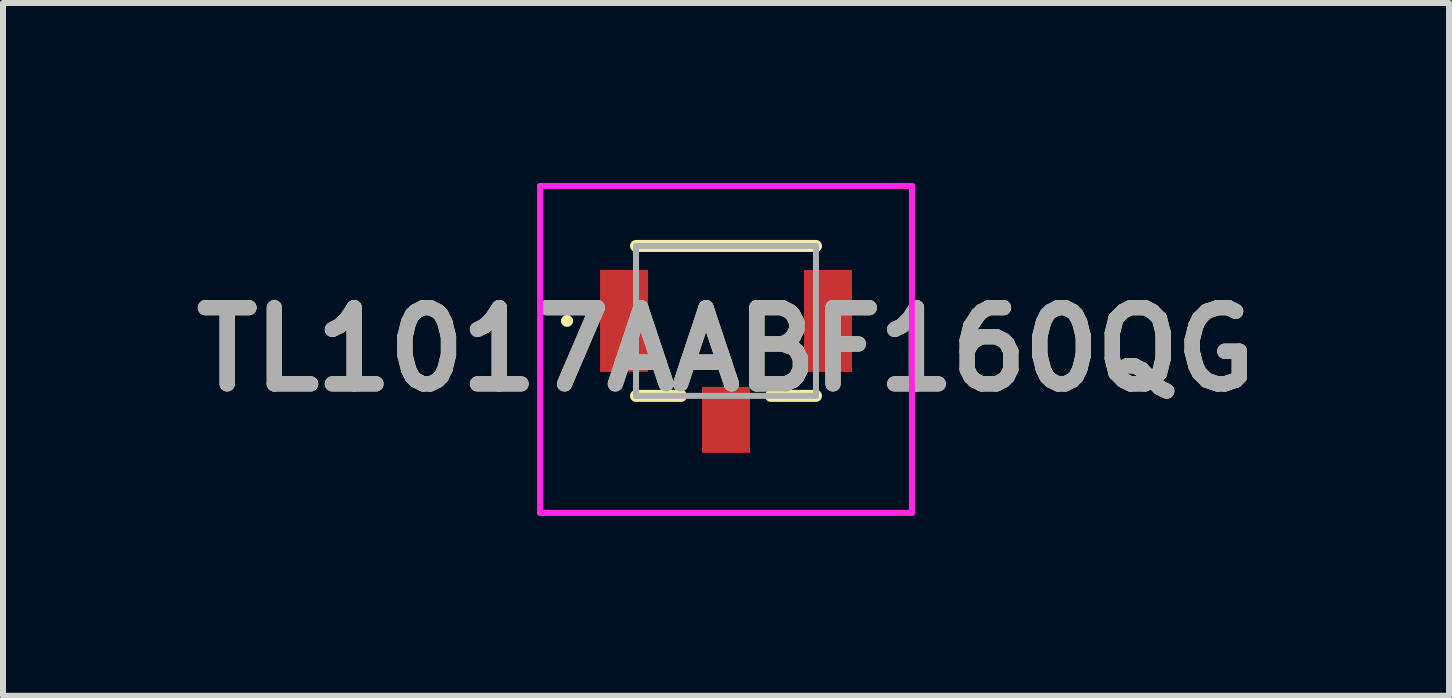
<source format=kicad_pcb>
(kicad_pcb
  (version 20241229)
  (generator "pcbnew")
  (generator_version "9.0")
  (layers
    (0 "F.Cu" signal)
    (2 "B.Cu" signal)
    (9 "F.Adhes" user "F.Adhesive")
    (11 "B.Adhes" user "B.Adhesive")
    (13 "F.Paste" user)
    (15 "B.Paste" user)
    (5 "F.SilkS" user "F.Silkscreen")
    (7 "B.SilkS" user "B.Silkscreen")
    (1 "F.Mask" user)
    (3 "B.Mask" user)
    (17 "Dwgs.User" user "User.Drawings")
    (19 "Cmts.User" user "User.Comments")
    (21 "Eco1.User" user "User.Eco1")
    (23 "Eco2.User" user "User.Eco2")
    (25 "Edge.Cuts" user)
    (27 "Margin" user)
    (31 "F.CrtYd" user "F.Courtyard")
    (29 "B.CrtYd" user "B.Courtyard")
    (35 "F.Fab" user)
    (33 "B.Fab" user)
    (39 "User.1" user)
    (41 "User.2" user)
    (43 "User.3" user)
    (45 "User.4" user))
  (footprint "TL1017AABF160QG"
    (layer "F.Cu")
    (at 9.053 2.3)
    (property "Reference" "TL1017AABF160QG" (at 0 0.475 0) (layer "F.SilkS") (effects (font (size 1.27 1.27) (thickness 0.254))))
    (attr smd)
    (fp_line (start -2.7 0) (end -2.7 0) (stroke (width 0.1) (type solid)) (layer "F.SilkS"))
    (fp_line (start -2.6 0) (end -2.6 0) (stroke (width 0.1) (type solid)) (layer "F.SilkS"))
    (fp_line (start -1.5 -1.25) (end 1.5 -1.25) (stroke (width 0.2) (type solid)) (layer "F.SilkS"))
    (fp_line (start -1.5 1.25) (end -0.75 1.25) (stroke (width 0.2) (type solid)) (layer "F.SilkS"))
    (fp_line (start 1.5 1.25) (end 0.75 1.25) (stroke (width 0.2) (type solid)) (layer "F.SilkS"))
    (fp_arc (start -2.7 0) (mid -2.65 -0.05) (end -2.6 0) (stroke (width 0.1) (type solid)) (layer "F.SilkS"))
    (fp_arc (start -2.6 0) (mid -2.65 0.05) (end -2.7 0) (stroke (width 0.1) (type solid)) (layer "F.SilkS"))
    (fp_line (start -3.1 -2.25) (end 3.1 -2.25) (stroke (width 0.1) (type solid)) (layer "F.CrtYd"))
    (fp_line (start -3.1 3.2) (end -3.1 -2.25) (stroke (width 0.1) (type solid)) (layer "F.CrtYd"))
    (fp_line (start 3.1 -2.25) (end 3.1 3.2) (stroke (width 0.1) (type solid)) (layer "F.CrtYd"))
    (fp_line (start 3.1 3.2) (end -3.1 3.2) (stroke (width 0.1) (type solid)) (layer "F.CrtYd"))
    (fp_line (start -1.5 -1.25) (end 1.5 -1.25) (stroke (width 0.1) (type solid)) (layer "F.Fab"))
    (fp_line (start -1.5 1.25) (end -1.5 -1.25) (stroke (width 0.1) (type solid)) (layer "F.Fab"))
    (fp_line (start 1.5 -1.25) (end 1.5 1.25) (stroke (width 0.1) (type solid)) (layer "F.Fab"))
    (fp_line (start 1.5 1.25) (end -1.5 1.25) (stroke (width 0.1) (type solid)) (layer "F.Fab"))
    (fp_text user "${REFERENCE}" (at 0 0.475 0) (layer "F.Fab") (effects (font (size 1.27 1.27) (thickness 0.254))))
    (pad "1" smd rect (at -1.7 0) (size 0.8 1.7) (layers "F.Cu" "F.Mask" "F.Paste"))
    (pad "2" smd rect (at 1.7 0) (size 0.8 1.7) (layers "F.Cu" "F.Mask" "F.Paste"))
    (pad "G1" smd rect (at 0 1.65) (size 0.8 1.1) (layers "F.Cu" "F.Mask" "F.Paste")))
  (gr_rect
    (start -3 -3)
    (end 21.107 8.55)
    (stroke (width 0.1) (type default))
    (fill no)
    (layer "Edge.Cuts")))
</source>
